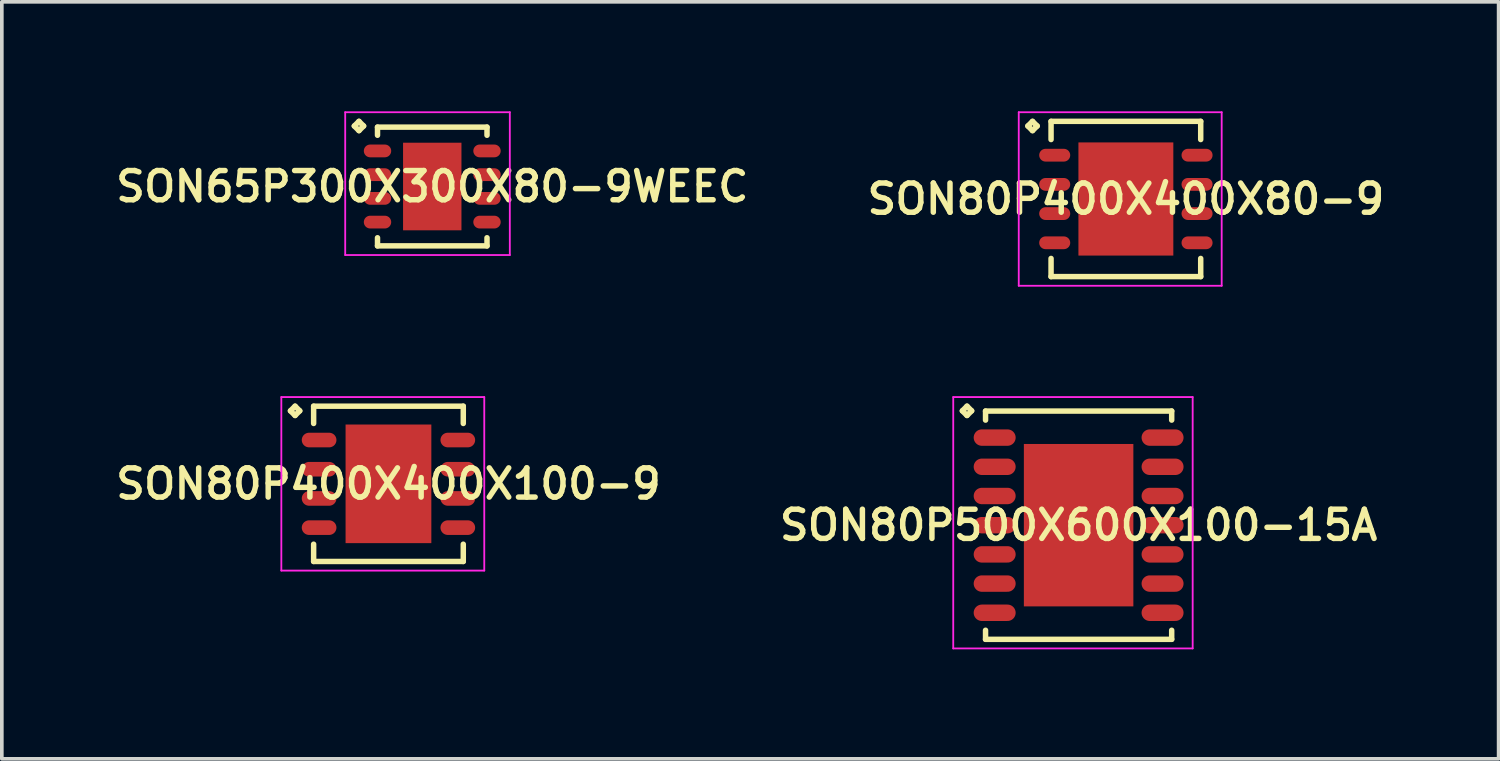
<source format=kicad_pcb>
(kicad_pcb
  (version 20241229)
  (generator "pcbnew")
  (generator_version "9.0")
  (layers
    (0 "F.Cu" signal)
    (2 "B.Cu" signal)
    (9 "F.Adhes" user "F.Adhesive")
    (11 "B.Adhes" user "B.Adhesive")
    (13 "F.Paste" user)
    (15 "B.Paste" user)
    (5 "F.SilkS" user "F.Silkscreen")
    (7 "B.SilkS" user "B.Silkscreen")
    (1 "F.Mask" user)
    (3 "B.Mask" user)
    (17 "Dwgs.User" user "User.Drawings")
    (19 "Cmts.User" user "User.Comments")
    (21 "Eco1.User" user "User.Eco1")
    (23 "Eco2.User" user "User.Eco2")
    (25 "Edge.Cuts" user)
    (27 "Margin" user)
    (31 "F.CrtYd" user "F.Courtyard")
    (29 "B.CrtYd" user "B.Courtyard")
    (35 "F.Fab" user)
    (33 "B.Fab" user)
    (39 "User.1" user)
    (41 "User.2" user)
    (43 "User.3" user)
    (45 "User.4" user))
  (footprint "SON80P400X400X80-9"
    (layer "F.Cu")
    (at 27.797 2.402)
    (property "Reference" "SON80P400X400X80-9" (at 0 0 0) (layer "F.SilkS") (effects (font (size 0.8 0.8) (thickness 0.15))))
    (attr smd)
    (fp_line (start -2.685 -2) (end -2.558 -2.127) (stroke (width 0.15) (type solid)) (layer "F.SilkS"))
    (fp_line (start -2.558 -2.127) (end -2.431 -2) (stroke (width 0.15) (type solid)) (layer "F.SilkS"))
    (fp_line (start -2.558 -1.873) (end -2.685 -2) (stroke (width 0.15) (type solid)) (layer "F.SilkS"))
    (fp_line (start -2.431 -2) (end -2.558 -1.873) (stroke (width 0.15) (type solid)) (layer "F.SilkS"))
    (fp_line (start -2.05 -2.127) (end 2.05 -2.127) (stroke (width 0.15) (type solid)) (layer "F.SilkS"))
    (fp_line (start -2.05 -1.629) (end -2.05 -2.127) (stroke (width 0.15) (type solid)) (layer "F.SilkS"))
    (fp_line (start -2.05 1.629) (end -2.05 2.127) (stroke (width 0.15) (type solid)) (layer "F.SilkS"))
    (fp_line (start -2.05 2.127) (end 2.05 2.127) (stroke (width 0.15) (type solid)) (layer "F.SilkS"))
    (fp_line (start 2.05 -2.127) (end 2.05 -1.629) (stroke (width 0.15) (type solid)) (layer "F.SilkS"))
    (fp_line (start 2.05 2.127) (end 2.05 1.629) (stroke (width 0.15) (type solid)) (layer "F.SilkS"))
    (fp_line (start -2.935 -2.377) (end 2.625 -2.377) (stroke (width 0.05) (type solid)) (layer "F.CrtYd"))
    (fp_line (start -2.935 2.377) (end -2.935 -2.377) (stroke (width 0.05) (type solid)) (layer "F.CrtYd"))
    (fp_line (start 2.625 -2.377) (end 2.625 2.377) (stroke (width 0.05) (type solid)) (layer "F.CrtYd"))
    (fp_line (start 2.625 2.377) (end -2.935 2.377) (stroke (width 0.05) (type solid)) (layer "F.CrtYd"))
    (pad "1" smd oval (at -1.95 -1.2) (size 0.85 0.35) (layers "F.Cu" "F.Mask" "F.Paste"))
    (pad "2" smd oval (at -1.95 -0.4) (size 0.85 0.35) (layers "F.Cu" "F.Mask" "F.Paste"))
    (pad "3" smd oval (at -1.95 0.4) (size 0.85 0.35) (layers "F.Cu" "F.Mask" "F.Paste"))
    (pad "4" smd oval (at -1.95 1.2) (size 0.85 0.35) (layers "F.Cu" "F.Mask" "F.Paste"))
    (pad "5" smd oval (at 1.95 1.2) (size 0.85 0.35) (layers "F.Cu" "F.Mask" "F.Paste"))
    (pad "6" smd oval (at 1.95 0.4) (size 0.85 0.35) (layers "F.Cu" "F.Mask" "F.Paste"))
    (pad "7" smd oval (at 1.95 -0.4) (size 0.85 0.35) (layers "F.Cu" "F.Mask" "F.Paste"))
    (pad "8" smd oval (at 1.95 -1.2) (size 0.85 0.35) (layers "F.Cu" "F.Mask" "F.Paste"))
    (pad "9" smd rect (at 0 0) (size 2.6 3.1) (layers "F.Cu" "F.Mask" "F.Paste")))
  (footprint "SON80P400X400X100-9"
    (layer "F.Cu")
    (at 7.593 10.206)
    (property "Reference" "SON80P400X400X100-9" (at 0 0 0) (layer "F.SilkS") (effects (font (size 0.8 0.8) (thickness 0.15))))
    (attr smd)
    (fp_line (start -2.685 -2) (end -2.558 -2.127) (stroke (width 0.15) (type solid)) (layer "F.SilkS"))
    (fp_line (start -2.558 -2.127) (end -2.431 -2) (stroke (width 0.15) (type solid)) (layer "F.SilkS"))
    (fp_line (start -2.558 -1.873) (end -2.685 -2) (stroke (width 0.15) (type solid)) (layer "F.SilkS"))
    (fp_line (start -2.431 -2) (end -2.558 -1.873) (stroke (width 0.15) (type solid)) (layer "F.SilkS"))
    (fp_line (start -2.05 -2.127) (end 2.05 -2.127) (stroke (width 0.15) (type solid)) (layer "F.SilkS"))
    (fp_line (start -2.05 -1.654) (end -2.05 -2.127) (stroke (width 0.15) (type solid)) (layer "F.SilkS"))
    (fp_line (start -2.05 1.654) (end -2.05 2.127) (stroke (width 0.15) (type solid)) (layer "F.SilkS"))
    (fp_line (start -2.05 2.127) (end 2.05 2.127) (stroke (width 0.15) (type solid)) (layer "F.SilkS"))
    (fp_line (start 2.05 -2.127) (end 2.05 -1.654) (stroke (width 0.15) (type solid)) (layer "F.SilkS"))
    (fp_line (start 2.05 2.127) (end 2.05 1.654) (stroke (width 0.15) (type solid)) (layer "F.SilkS"))
    (fp_line (start -2.935 -2.377) (end 2.625 -2.377) (stroke (width 0.05) (type solid)) (layer "F.CrtYd"))
    (fp_line (start -2.935 2.377) (end -2.935 -2.377) (stroke (width 0.05) (type solid)) (layer "F.CrtYd"))
    (fp_line (start 2.625 -2.377) (end 2.625 2.377) (stroke (width 0.05) (type solid)) (layer "F.CrtYd"))
    (fp_line (start 2.625 2.377) (end -2.935 2.377) (stroke (width 0.05) (type solid)) (layer "F.CrtYd"))
    (pad "1" smd oval (at -1.9 -1.2) (size 0.95 0.4) (layers "F.Cu" "F.Mask" "F.Paste"))
    (pad "2" smd oval (at -1.9 -0.4) (size 0.95 0.4) (layers "F.Cu" "F.Mask" "F.Paste"))
    (pad "3" smd oval (at -1.9 0.4) (size 0.95 0.4) (layers "F.Cu" "F.Mask" "F.Paste"))
    (pad "4" smd oval (at -1.9 1.2) (size 0.95 0.4) (layers "F.Cu" "F.Mask" "F.Paste"))
    (pad "5" smd oval (at 1.9 1.2) (size 0.95 0.4) (layers "F.Cu" "F.Mask" "F.Paste"))
    (pad "6" smd oval (at 1.9 0.4) (size 0.95 0.4) (layers "F.Cu" "F.Mask" "F.Paste"))
    (pad "7" smd oval (at 1.9 -0.4) (size 0.95 0.4) (layers "F.Cu" "F.Mask" "F.Paste"))
    (pad "8" smd oval (at 1.9 -1.2) (size 0.95 0.4) (layers "F.Cu" "F.Mask" "F.Paste"))
    (pad "9" smd rect (at 0 0) (size 2.35 3.25) (layers "F.Cu" "F.Mask" "F.Paste")))
  (footprint "SON65P300X300X80-9WEEC"
    (layer "F.Cu")
    (at 8.793 2.06)
    (property "Reference" "SON65P300X300X80-9WEEC" (at 0 0 0) (layer "F.SilkS") (effects (font (size 0.8 0.8) (thickness 0.15))))
    (attr smd)
    (fp_line (start -2.135 -1.658) (end -2.008 -1.785) (stroke (width 0.15) (type solid)) (layer "F.SilkS"))
    (fp_line (start -2.008 -1.785) (end -1.881 -1.658) (stroke (width 0.15) (type solid)) (layer "F.SilkS"))
    (fp_line (start -2.008 -1.531) (end -2.135 -1.658) (stroke (width 0.15) (type solid)) (layer "F.SilkS"))
    (fp_line (start -1.881 -1.658) (end -2.008 -1.531) (stroke (width 0.15) (type solid)) (layer "F.SilkS"))
    (fp_line (start -1.5 -1.627) (end 1.5 -1.627) (stroke (width 0.15) (type solid)) (layer "F.SilkS"))
    (fp_line (start -1.5 -1.404) (end -1.5 -1.627) (stroke (width 0.15) (type solid)) (layer "F.SilkS"))
    (fp_line (start -1.5 1.404) (end -1.5 1.627) (stroke (width 0.15) (type solid)) (layer "F.SilkS"))
    (fp_line (start -1.5 1.627) (end 1.5 1.627) (stroke (width 0.15) (type solid)) (layer "F.SilkS"))
    (fp_line (start 1.5 -1.627) (end 1.5 -1.404) (stroke (width 0.15) (type solid)) (layer "F.SilkS"))
    (fp_line (start 1.5 1.627) (end 1.5 1.404) (stroke (width 0.15) (type solid)) (layer "F.SilkS"))
    (fp_line (start -2.385 -2.035) (end 2.125 -2.035) (stroke (width 0.05) (type solid)) (layer "F.CrtYd"))
    (fp_line (start -2.385 1.877) (end -2.385 -2.035) (stroke (width 0.05) (type solid)) (layer "F.CrtYd"))
    (fp_line (start 2.125 -2.035) (end 2.125 1.877) (stroke (width 0.05) (type solid)) (layer "F.CrtYd"))
    (fp_line (start 2.125 1.877) (end -2.385 1.877) (stroke (width 0.05) (type solid)) (layer "F.CrtYd"))
    (pad "1" smd oval (at -1.5 -0.975) (size 0.75 0.35) (layers "F.Cu" "F.Mask" "F.Paste"))
    (pad "2" smd oval (at -1.5 -0.325) (size 0.75 0.35) (layers "F.Cu" "F.Mask" "F.Paste"))
    (pad "3" smd oval (at -1.5 0.325) (size 0.75 0.35) (layers "F.Cu" "F.Mask" "F.Paste"))
    (pad "4" smd oval (at -1.5 0.975) (size 0.75 0.35) (layers "F.Cu" "F.Mask" "F.Paste"))
    (pad "5" smd oval (at 1.5 0.975) (size 0.75 0.35) (layers "F.Cu" "F.Mask" "F.Paste"))
    (pad "6" smd oval (at 1.5 0.325) (size 0.75 0.35) (layers "F.Cu" "F.Mask" "F.Paste"))
    (pad "7" smd oval (at 1.5 -0.325) (size 0.75 0.35) (layers "F.Cu" "F.Mask" "F.Paste"))
    (pad "8" smd oval (at 1.5 -0.975) (size 0.75 0.35) (layers "F.Cu" "F.Mask" "F.Paste"))
    (pad "9" smd rect (at 0 0) (size 1.6 2.4) (layers "F.Cu" "F.Mask" "F.Paste")))
  (footprint "SON80P500X600X100-15A"
    (layer "F.Cu")
    (at 26.502 11.339)
    (property "Reference" "SON80P500X600X100-15A" (at 0 0 0) (layer "F.SilkS") (effects (font (size 0.8 0.8) (thickness 0.15))))
    (attr smd)
    (fp_line (start -3.185 -3.133) (end -3.058 -3.26) (stroke (width 0.15) (type solid)) (layer "F.SilkS"))
    (fp_line (start -3.058 -3.26) (end -2.931 -3.133) (stroke (width 0.15) (type solid)) (layer "F.SilkS"))
    (fp_line (start -3.058 -3.006) (end -3.185 -3.133) (stroke (width 0.15) (type solid)) (layer "F.SilkS"))
    (fp_line (start -2.931 -3.133) (end -3.058 -3.006) (stroke (width 0.15) (type solid)) (layer "F.SilkS"))
    (fp_line (start -2.55 -3.127) (end 2.55 -3.127) (stroke (width 0.15) (type solid)) (layer "F.SilkS"))
    (fp_line (start -2.55 -2.879) (end -2.55 -3.127) (stroke (width 0.15) (type solid)) (layer "F.SilkS"))
    (fp_line (start -2.55 2.879) (end -2.55 3.127) (stroke (width 0.15) (type solid)) (layer "F.SilkS"))
    (fp_line (start -2.55 3.127) (end 2.55 3.127) (stroke (width 0.15) (type solid)) (layer "F.SilkS"))
    (fp_line (start 2.55 -3.127) (end 2.55 -2.879) (stroke (width 0.15) (type solid)) (layer "F.SilkS"))
    (fp_line (start 2.55 3.127) (end 2.55 2.879) (stroke (width 0.15) (type solid)) (layer "F.SilkS"))
    (fp_line (start -3.435 -3.51) (end 3.125 -3.51) (stroke (width 0.05) (type solid)) (layer "F.CrtYd"))
    (fp_line (start -3.435 3.377) (end -3.435 -3.51) (stroke (width 0.05) (type solid)) (layer "F.CrtYd"))
    (fp_line (start 3.125 -3.51) (end 3.125 3.377) (stroke (width 0.05) (type solid)) (layer "F.CrtYd"))
    (fp_line (start 3.125 3.377) (end -3.435 3.377) (stroke (width 0.05) (type solid)) (layer "F.CrtYd"))
    (pad "1" smd oval (at -2.3 -2.4) (size 1.15 0.45) (layers "F.Cu" "F.Mask" "F.Paste"))
    (pad "2" smd oval (at -2.3 -1.6) (size 1.15 0.45) (layers "F.Cu" "F.Mask" "F.Paste"))
    (pad "3" smd oval (at -2.3 -0.8) (size 1.15 0.45) (layers "F.Cu" "F.Mask" "F.Paste"))
    (pad "4" smd oval (at -2.3 0) (size 1.15 0.45) (layers "F.Cu" "F.Mask" "F.Paste"))
    (pad "5" smd oval (at -2.3 0.8) (size 1.15 0.45) (layers "F.Cu" "F.Mask" "F.Paste"))
    (pad "6" smd oval (at -2.3 1.6) (size 1.15 0.45) (layers "F.Cu" "F.Mask" "F.Paste"))
    (pad "7" smd oval (at -2.3 2.4) (size 1.15 0.45) (layers "F.Cu" "F.Mask" "F.Paste"))
    (pad "8" smd oval (at 2.3 2.4) (size 1.15 0.45) (layers "F.Cu" "F.Mask" "F.Paste"))
    (pad "9" smd oval (at 2.3 1.6) (size 1.15 0.45) (layers "F.Cu" "F.Mask" "F.Paste"))
    (pad "10" smd oval (at 2.3 0.8) (size 1.15 0.45) (layers "F.Cu" "F.Mask" "F.Paste"))
    (pad "11" smd oval (at 2.3 0) (size 1.15 0.45) (layers "F.Cu" "F.Mask" "F.Paste"))
    (pad "12" smd oval (at 2.3 -0.8) (size 1.15 0.45) (layers "F.Cu" "F.Mask" "F.Paste"))
    (pad "13" smd oval (at 2.3 -1.6) (size 1.15 0.45) (layers "F.Cu" "F.Mask" "F.Paste"))
    (pad "14" smd oval (at 2.3 -2.4) (size 1.15 0.45) (layers "F.Cu" "F.Mask" "F.Paste"))
    (pad "15" smd rect (at 0 0) (size 3 4.45) (layers "F.Cu" "F.Mask" "F.Paste")))
  (gr_rect
    (start -3 -3)
    (end 38.009 17.741)
    (stroke (width 0.1) (type default))
    (fill no)
    (layer "Edge.Cuts")))
</source>
